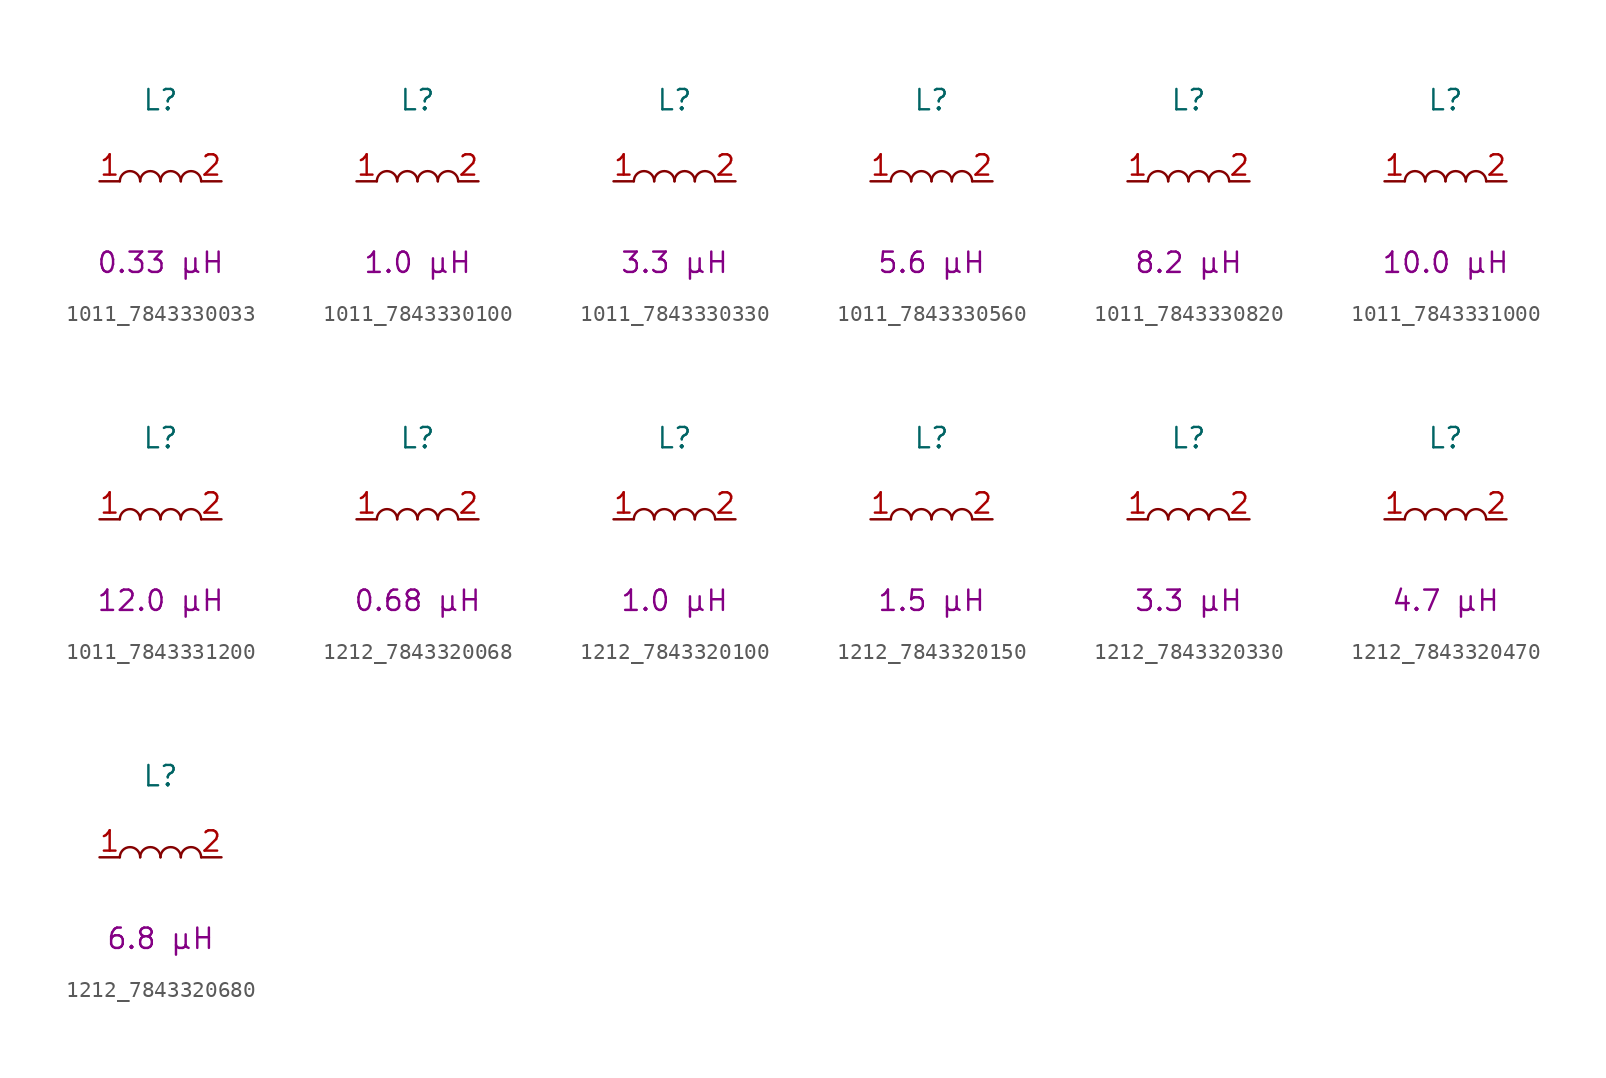
<source format=kicad_sym>
(kicad_symbol_lib
  (version 20220914)
  (generator kicad_symbol_editor)
  (symbol "1011_7843330033"
    (pin_names hide)
    (property "Reference" "L"
      (at 0 5.08 0)
      (effects (font (size 1.27 1.27))))
    (property "Critical Parameter" "0.33 µH"
      (at 0 -5.08 0)
      (effects (font (size 1.27 1.27))))
    (symbol "1011_7843330033_0_1"
      (arc (start -1.27 0) (mid -1.905 0.6323) (end -2.54 0) (stroke (width 0) (type default)) (fill (type none)))
      (arc (start 0 0) (mid -0.635 0.6323) (end -1.27 0) (stroke (width 0) (type default)) (fill (type none)))
      (arc (start 1.27 0) (mid 0.635 0.6323) (end 0 0) (stroke (width 0) (type default)) (fill (type none)))
      (arc (start 2.54 0) (mid 1.905 0.6323) (end 1.27 0) (stroke (width 0) (type default)) (fill (type none))))
    (symbol "1011_7843330033_1_1"
      (pin passive line (at -3.81 0 0) (length 1.27) (name "1" (effects (font (size 1.27 1.27)))) (number "1" (effects (font (size 1.27 1.27)))))
      (pin passive line (at 3.81 0 180) (length 1.27) (name "2" (effects (font (size 1.27 1.27)))) (number "2" (effects (font (size 1.27 1.27)))))))
  (symbol "1011_7843330100"
    (pin_names hide)
    (property "Reference" "L"
      (at 0 5.08 0)
      (effects (font (size 1.27 1.27))))
    (property "Critical Parameter" "1.0 µH"
      (at 0 -5.08 0)
      (effects (font (size 1.27 1.27))))
    (symbol "1011_7843330100_0_1"
      (arc (start -1.27 0) (mid -1.905 0.6323) (end -2.54 0) (stroke (width 0) (type default)) (fill (type none)))
      (arc (start 0 0) (mid -0.635 0.6323) (end -1.27 0) (stroke (width 0) (type default)) (fill (type none)))
      (arc (start 1.27 0) (mid 0.635 0.6323) (end 0 0) (stroke (width 0) (type default)) (fill (type none)))
      (arc (start 2.54 0) (mid 1.905 0.6323) (end 1.27 0) (stroke (width 0) (type default)) (fill (type none))))
    (symbol "1011_7843330100_1_1"
      (pin passive line (at -3.81 0 0) (length 1.27) (name "1" (effects (font (size 1.27 1.27)))) (number "1" (effects (font (size 1.27 1.27)))))
      (pin passive line (at 3.81 0 180) (length 1.27) (name "2" (effects (font (size 1.27 1.27)))) (number "2" (effects (font (size 1.27 1.27)))))))
  (symbol "1011_7843330330"
    (pin_names hide)
    (property "Reference" "L"
      (at 0 5.08 0)
      (effects (font (size 1.27 1.27))))
    (property "Critical Parameter" "3.3 µH"
      (at 0 -5.08 0)
      (effects (font (size 1.27 1.27))))
    (symbol "1011_7843330330_0_1"
      (arc (start -1.27 0) (mid -1.905 0.6323) (end -2.54 0) (stroke (width 0) (type default)) (fill (type none)))
      (arc (start 0 0) (mid -0.635 0.6323) (end -1.27 0) (stroke (width 0) (type default)) (fill (type none)))
      (arc (start 1.27 0) (mid 0.635 0.6323) (end 0 0) (stroke (width 0) (type default)) (fill (type none)))
      (arc (start 2.54 0) (mid 1.905 0.6323) (end 1.27 0) (stroke (width 0) (type default)) (fill (type none))))
    (symbol "1011_7843330330_1_1"
      (pin passive line (at -3.81 0 0) (length 1.27) (name "1" (effects (font (size 1.27 1.27)))) (number "1" (effects (font (size 1.27 1.27)))))
      (pin passive line (at 3.81 0 180) (length 1.27) (name "2" (effects (font (size 1.27 1.27)))) (number "2" (effects (font (size 1.27 1.27)))))))
  (symbol "1011_7843330560"
    (pin_names hide)
    (property "Reference" "L"
      (at 0 5.08 0)
      (effects (font (size 1.27 1.27))))
    (property "Critical Parameter" "5.6 µH"
      (at 0 -5.08 0)
      (effects (font (size 1.27 1.27))))
    (symbol "1011_7843330560_0_1"
      (arc (start -1.27 0) (mid -1.905 0.6323) (end -2.54 0) (stroke (width 0) (type default)) (fill (type none)))
      (arc (start 0 0) (mid -0.635 0.6323) (end -1.27 0) (stroke (width 0) (type default)) (fill (type none)))
      (arc (start 1.27 0) (mid 0.635 0.6323) (end 0 0) (stroke (width 0) (type default)) (fill (type none)))
      (arc (start 2.54 0) (mid 1.905 0.6323) (end 1.27 0) (stroke (width 0) (type default)) (fill (type none))))
    (symbol "1011_7843330560_1_1"
      (pin passive line (at -3.81 0 0) (length 1.27) (name "1" (effects (font (size 1.27 1.27)))) (number "1" (effects (font (size 1.27 1.27)))))
      (pin passive line (at 3.81 0 180) (length 1.27) (name "2" (effects (font (size 1.27 1.27)))) (number "2" (effects (font (size 1.27 1.27)))))))
  (symbol "1011_7843330820"
    (pin_names hide)
    (property "Reference" "L"
      (at 0 5.08 0)
      (effects (font (size 1.27 1.27))))
    (property "Critical Parameter" "8.2 µH"
      (at 0 -5.08 0)
      (effects (font (size 1.27 1.27))))
    (symbol "1011_7843330820_0_1"
      (arc (start -1.27 0) (mid -1.905 0.6323) (end -2.54 0) (stroke (width 0) (type default)) (fill (type none)))
      (arc (start 0 0) (mid -0.635 0.6323) (end -1.27 0) (stroke (width 0) (type default)) (fill (type none)))
      (arc (start 1.27 0) (mid 0.635 0.6323) (end 0 0) (stroke (width 0) (type default)) (fill (type none)))
      (arc (start 2.54 0) (mid 1.905 0.6323) (end 1.27 0) (stroke (width 0) (type default)) (fill (type none))))
    (symbol "1011_7843330820_1_1"
      (pin passive line (at -3.81 0 0) (length 1.27) (name "1" (effects (font (size 1.27 1.27)))) (number "1" (effects (font (size 1.27 1.27)))))
      (pin passive line (at 3.81 0 180) (length 1.27) (name "2" (effects (font (size 1.27 1.27)))) (number "2" (effects (font (size 1.27 1.27)))))))
  (symbol "1011_7843331000"
    (pin_names hide)
    (property "Reference" "L"
      (at 0 5.08 0)
      (effects (font (size 1.27 1.27))))
    (property "Critical Parameter" "10.0 µH"
      (at 0 -5.08 0)
      (effects (font (size 1.27 1.27))))
    (symbol "1011_7843331000_0_1"
      (arc (start -1.27 0) (mid -1.905 0.6323) (end -2.54 0) (stroke (width 0) (type default)) (fill (type none)))
      (arc (start 0 0) (mid -0.635 0.6323) (end -1.27 0) (stroke (width 0) (type default)) (fill (type none)))
      (arc (start 1.27 0) (mid 0.635 0.6323) (end 0 0) (stroke (width 0) (type default)) (fill (type none)))
      (arc (start 2.54 0) (mid 1.905 0.6323) (end 1.27 0) (stroke (width 0) (type default)) (fill (type none))))
    (symbol "1011_7843331000_1_1"
      (pin passive line (at -3.81 0 0) (length 1.27) (name "1" (effects (font (size 1.27 1.27)))) (number "1" (effects (font (size 1.27 1.27)))))
      (pin passive line (at 3.81 0 180) (length 1.27) (name "2" (effects (font (size 1.27 1.27)))) (number "2" (effects (font (size 1.27 1.27)))))))
  (symbol "1011_7843331200"
    (pin_names hide)
    (property "Reference" "L"
      (at 0 5.08 0)
      (effects (font (size 1.27 1.27))))
    (property "Critical Parameter" "12.0 µH"
      (at 0 -5.08 0)
      (effects (font (size 1.27 1.27))))
    (symbol "1011_7843331200_0_1"
      (arc (start -1.27 0) (mid -1.905 0.6323) (end -2.54 0) (stroke (width 0) (type default)) (fill (type none)))
      (arc (start 0 0) (mid -0.635 0.6323) (end -1.27 0) (stroke (width 0) (type default)) (fill (type none)))
      (arc (start 1.27 0) (mid 0.635 0.6323) (end 0 0) (stroke (width 0) (type default)) (fill (type none)))
      (arc (start 2.54 0) (mid 1.905 0.6323) (end 1.27 0) (stroke (width 0) (type default)) (fill (type none))))
    (symbol "1011_7843331200_1_1"
      (pin passive line (at -3.81 0 0) (length 1.27) (name "1" (effects (font (size 1.27 1.27)))) (number "1" (effects (font (size 1.27 1.27)))))
      (pin passive line (at 3.81 0 180) (length 1.27) (name "2" (effects (font (size 1.27 1.27)))) (number "2" (effects (font (size 1.27 1.27)))))))
  (symbol "1212_7843320068"
    (pin_names hide)
    (property "Reference" "L"
      (at 0 5.08 0)
      (effects (font (size 1.27 1.27))))
    (property "Critical Parameter" "0.68 µH"
      (at 0 -5.08 0)
      (effects (font (size 1.27 1.27))))
    (symbol "1212_7843320068_0_1"
      (arc (start -1.27 0) (mid -1.905 0.6323) (end -2.54 0) (stroke (width 0) (type default)) (fill (type none)))
      (arc (start 0 0) (mid -0.635 0.6323) (end -1.27 0) (stroke (width 0) (type default)) (fill (type none)))
      (arc (start 1.27 0) (mid 0.635 0.6323) (end 0 0) (stroke (width 0) (type default)) (fill (type none)))
      (arc (start 2.54 0) (mid 1.905 0.6323) (end 1.27 0) (stroke (width 0) (type default)) (fill (type none))))
    (symbol "1212_7843320068_1_1"
      (pin passive line (at -3.81 0 0) (length 1.27) (name "1" (effects (font (size 1.27 1.27)))) (number "1" (effects (font (size 1.27 1.27)))))
      (pin passive line (at 3.81 0 180) (length 1.27) (name "2" (effects (font (size 1.27 1.27)))) (number "2" (effects (font (size 1.27 1.27)))))))
  (symbol "1212_7843320100"
    (pin_names hide)
    (property "Reference" "L"
      (at 0 5.08 0)
      (effects (font (size 1.27 1.27))))
    (property "Critical Parameter" "1.0 µH"
      (at 0 -5.08 0)
      (effects (font (size 1.27 1.27))))
    (symbol "1212_7843320100_0_1"
      (arc (start -1.27 0) (mid -1.905 0.6323) (end -2.54 0) (stroke (width 0) (type default)) (fill (type none)))
      (arc (start 0 0) (mid -0.635 0.6323) (end -1.27 0) (stroke (width 0) (type default)) (fill (type none)))
      (arc (start 1.27 0) (mid 0.635 0.6323) (end 0 0) (stroke (width 0) (type default)) (fill (type none)))
      (arc (start 2.54 0) (mid 1.905 0.6323) (end 1.27 0) (stroke (width 0) (type default)) (fill (type none))))
    (symbol "1212_7843320100_1_1"
      (pin passive line (at -3.81 0 0) (length 1.27) (name "1" (effects (font (size 1.27 1.27)))) (number "1" (effects (font (size 1.27 1.27)))))
      (pin passive line (at 3.81 0 180) (length 1.27) (name "2" (effects (font (size 1.27 1.27)))) (number "2" (effects (font (size 1.27 1.27)))))))
  (symbol "1212_7843320150"
    (pin_names hide)
    (property "Reference" "L"
      (at 0 5.08 0)
      (effects (font (size 1.27 1.27))))
    (property "Critical Parameter" "1.5 µH"
      (at 0 -5.08 0)
      (effects (font (size 1.27 1.27))))
    (symbol "1212_7843320150_0_1"
      (arc (start -1.27 0) (mid -1.905 0.6323) (end -2.54 0) (stroke (width 0) (type default)) (fill (type none)))
      (arc (start 0 0) (mid -0.635 0.6323) (end -1.27 0) (stroke (width 0) (type default)) (fill (type none)))
      (arc (start 1.27 0) (mid 0.635 0.6323) (end 0 0) (stroke (width 0) (type default)) (fill (type none)))
      (arc (start 2.54 0) (mid 1.905 0.6323) (end 1.27 0) (stroke (width 0) (type default)) (fill (type none))))
    (symbol "1212_7843320150_1_1"
      (pin passive line (at -3.81 0 0) (length 1.27) (name "1" (effects (font (size 1.27 1.27)))) (number "1" (effects (font (size 1.27 1.27)))))
      (pin passive line (at 3.81 0 180) (length 1.27) (name "2" (effects (font (size 1.27 1.27)))) (number "2" (effects (font (size 1.27 1.27)))))))
  (symbol "1212_7843320330"
    (pin_names hide)
    (property "Reference" "L"
      (at 0 5.08 0)
      (effects (font (size 1.27 1.27))))
    (property "Critical Parameter" "3.3 µH"
      (at 0 -5.08 0)
      (effects (font (size 1.27 1.27))))
    (symbol "1212_7843320330_0_1"
      (arc (start -1.27 0) (mid -1.905 0.6323) (end -2.54 0) (stroke (width 0) (type default)) (fill (type none)))
      (arc (start 0 0) (mid -0.635 0.6323) (end -1.27 0) (stroke (width 0) (type default)) (fill (type none)))
      (arc (start 1.27 0) (mid 0.635 0.6323) (end 0 0) (stroke (width 0) (type default)) (fill (type none)))
      (arc (start 2.54 0) (mid 1.905 0.6323) (end 1.27 0) (stroke (width 0) (type default)) (fill (type none))))
    (symbol "1212_7843320330_1_1"
      (pin passive line (at -3.81 0 0) (length 1.27) (name "1" (effects (font (size 1.27 1.27)))) (number "1" (effects (font (size 1.27 1.27)))))
      (pin passive line (at 3.81 0 180) (length 1.27) (name "2" (effects (font (size 1.27 1.27)))) (number "2" (effects (font (size 1.27 1.27)))))))
  (symbol "1212_7843320470"
    (pin_names hide)
    (property "Reference" "L"
      (at 0 5.08 0)
      (effects (font (size 1.27 1.27))))
    (property "Critical Parameter" "4.7 µH"
      (at 0 -5.08 0)
      (effects (font (size 1.27 1.27))))
    (symbol "1212_7843320470_0_1"
      (arc (start -1.27 0) (mid -1.905 0.6323) (end -2.54 0) (stroke (width 0) (type default)) (fill (type none)))
      (arc (start 0 0) (mid -0.635 0.6323) (end -1.27 0) (stroke (width 0) (type default)) (fill (type none)))
      (arc (start 1.27 0) (mid 0.635 0.6323) (end 0 0) (stroke (width 0) (type default)) (fill (type none)))
      (arc (start 2.54 0) (mid 1.905 0.6323) (end 1.27 0) (stroke (width 0) (type default)) (fill (type none))))
    (symbol "1212_7843320470_1_1"
      (pin passive line (at -3.81 0 0) (length 1.27) (name "1" (effects (font (size 1.27 1.27)))) (number "1" (effects (font (size 1.27 1.27)))))
      (pin passive line (at 3.81 0 180) (length 1.27) (name "2" (effects (font (size 1.27 1.27)))) (number "2" (effects (font (size 1.27 1.27)))))))
  (symbol "1212_7843320680"
    (pin_names hide)
    (property "Reference" "L"
      (at 0 5.08 0)
      (effects (font (size 1.27 1.27))))
    (property "Critical Parameter" "6.8 µH"
      (at 0 -5.08 0)
      (effects (font (size 1.27 1.27))))
    (symbol "1212_7843320680_0_1"
      (arc (start -1.27 0) (mid -1.905 0.6323) (end -2.54 0) (stroke (width 0) (type default)) (fill (type none)))
      (arc (start 0 0) (mid -0.635 0.6323) (end -1.27 0) (stroke (width 0) (type default)) (fill (type none)))
      (arc (start 1.27 0) (mid 0.635 0.6323) (end 0 0) (stroke (width 0) (type default)) (fill (type none)))
      (arc (start 2.54 0) (mid 1.905 0.6323) (end 1.27 0) (stroke (width 0) (type default)) (fill (type none))))
    (symbol "1212_7843320680_1_1"
      (pin passive line (at -3.81 0 0) (length 1.27) (name "1" (effects (font (size 1.27 1.27)))) (number "1" (effects (font (size 1.27 1.27)))))
      (pin passive line (at 3.81 0 180) (length 1.27) (name "2" (effects (font (size 1.27 1.27)))) (number "2" (effects (font (size 1.27 1.27))))))))
</source>
